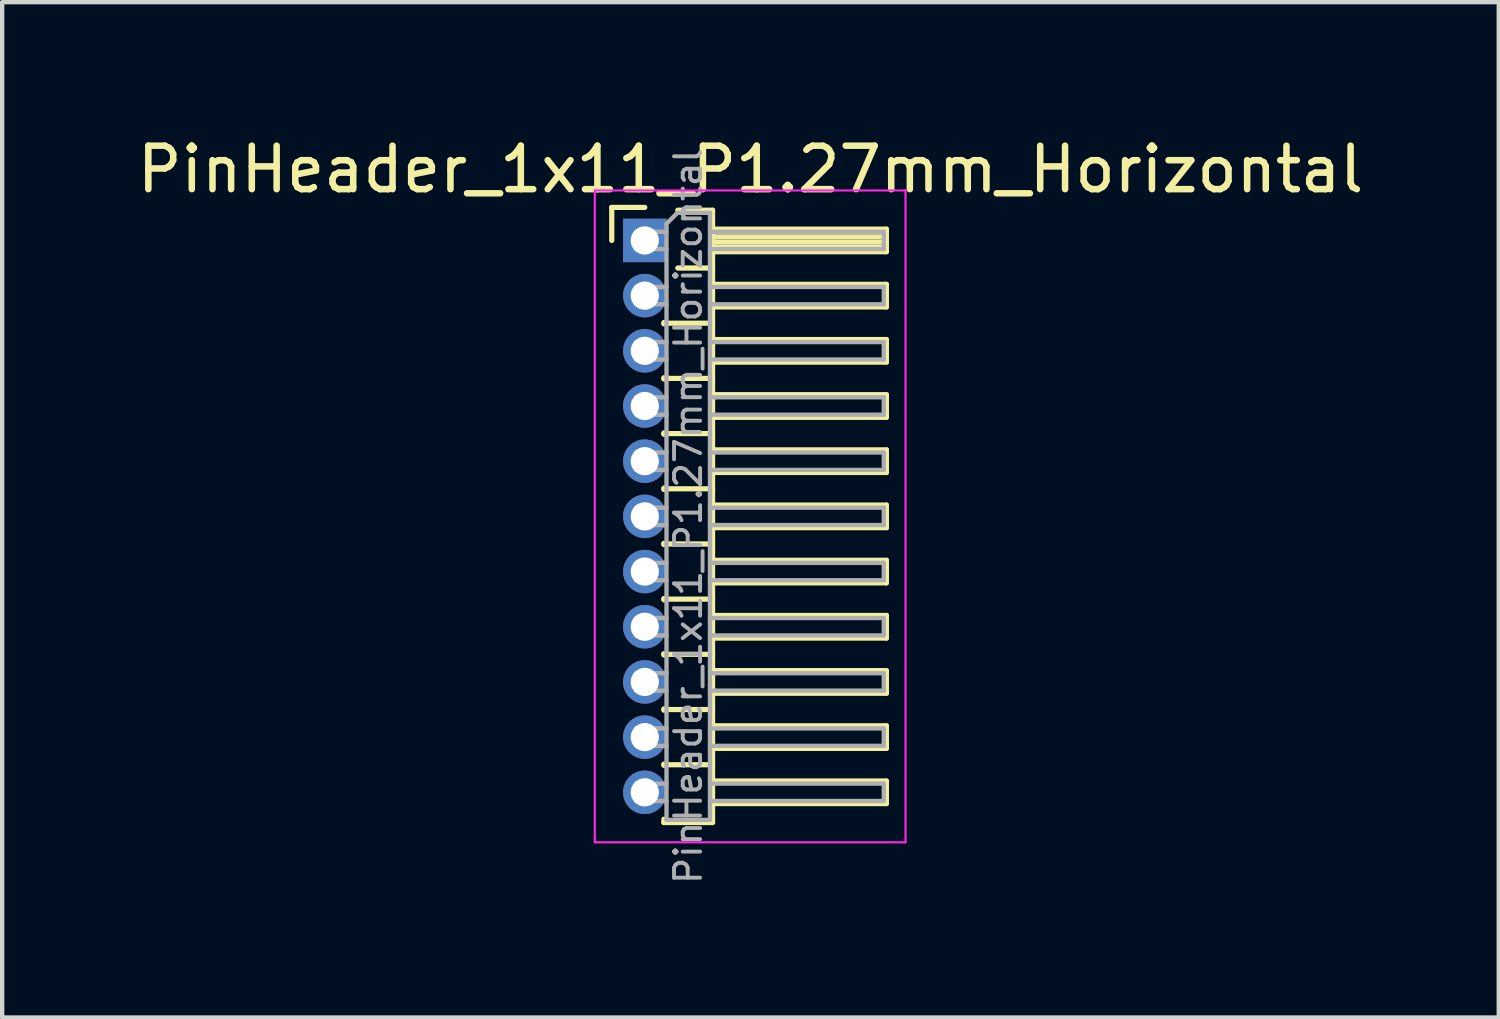
<source format=kicad_pcb>
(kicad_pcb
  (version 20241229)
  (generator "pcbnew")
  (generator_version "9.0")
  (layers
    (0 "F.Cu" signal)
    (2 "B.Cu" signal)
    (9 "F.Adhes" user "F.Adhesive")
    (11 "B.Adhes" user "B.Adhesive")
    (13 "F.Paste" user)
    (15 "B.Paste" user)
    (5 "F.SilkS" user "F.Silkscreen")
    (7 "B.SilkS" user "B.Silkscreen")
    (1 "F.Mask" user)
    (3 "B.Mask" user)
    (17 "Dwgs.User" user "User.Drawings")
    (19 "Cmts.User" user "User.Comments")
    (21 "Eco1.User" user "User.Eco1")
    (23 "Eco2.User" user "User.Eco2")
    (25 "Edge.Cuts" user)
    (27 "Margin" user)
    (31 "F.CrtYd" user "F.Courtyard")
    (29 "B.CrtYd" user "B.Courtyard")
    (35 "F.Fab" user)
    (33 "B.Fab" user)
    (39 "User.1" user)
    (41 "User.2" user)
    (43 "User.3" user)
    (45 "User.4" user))
  (footprint "PinHeader_1x11_P1.27mm_Horizontal"
    (layer "F.Cu")
    (at 11.788 2.483)
    (property "Reference" "PinHeader_1x11_P1.27mm_Horizontal" (at 2.433 -1.635 0) (layer "F.SilkS") (effects (font (size 1 1) (thickness 0.15))))
    (attr through_hole)
    (fp_line (start -0.76 -0.76) (end 0 -0.76) (stroke (width 0.12) (type solid)) (layer "F.SilkS"))
    (fp_line (start -0.76 0) (end -0.76 -0.76) (stroke (width 0.12) (type solid)) (layer "F.SilkS"))
    (fp_line (start 0.44 1.89) (end 0.44 1.92) (stroke (width 0.12) (type solid)) (layer "F.SilkS"))
    (fp_line (start 0.44 1.905) (end 1.56 1.905) (stroke (width 0.12) (type solid)) (layer "F.SilkS"))
    (fp_line (start 0.44 3.16) (end 0.44 3.19) (stroke (width 0.12) (type solid)) (layer "F.SilkS"))
    (fp_line (start 0.44 3.175) (end 1.56 3.175) (stroke (width 0.12) (type solid)) (layer "F.SilkS"))
    (fp_line (start 0.44 4.43) (end 0.44 4.46) (stroke (width 0.12) (type solid)) (layer "F.SilkS"))
    (fp_line (start 0.44 4.445) (end 1.56 4.445) (stroke (width 0.12) (type solid)) (layer "F.SilkS"))
    (fp_line (start 0.44 5.7) (end 0.44 5.73) (stroke (width 0.12) (type solid)) (layer "F.SilkS"))
    (fp_line (start 0.44 5.715) (end 1.56 5.715) (stroke (width 0.12) (type solid)) (layer "F.SilkS"))
    (fp_line (start 0.44 6.97) (end 0.44 7) (stroke (width 0.12) (type solid)) (layer "F.SilkS"))
    (fp_line (start 0.44 6.985) (end 1.56 6.985) (stroke (width 0.12) (type solid)) (layer "F.SilkS"))
    (fp_line (start 0.44 8.24) (end 0.44 8.27) (stroke (width 0.12) (type solid)) (layer "F.SilkS"))
    (fp_line (start 0.44 8.255) (end 1.56 8.255) (stroke (width 0.12) (type solid)) (layer "F.SilkS"))
    (fp_line (start 0.44 9.51) (end 0.44 9.54) (stroke (width 0.12) (type solid)) (layer "F.SilkS"))
    (fp_line (start 0.44 9.525) (end 1.56 9.525) (stroke (width 0.12) (type solid)) (layer "F.SilkS"))
    (fp_line (start 0.44 10.78) (end 0.44 10.81) (stroke (width 0.12) (type solid)) (layer "F.SilkS"))
    (fp_line (start 0.44 10.795) (end 1.56 10.795) (stroke (width 0.12) (type solid)) (layer "F.SilkS"))
    (fp_line (start 0.44 12.05) (end 0.44 12.08) (stroke (width 0.12) (type solid)) (layer "F.SilkS"))
    (fp_line (start 0.44 12.065) (end 1.56 12.065) (stroke (width 0.12) (type solid)) (layer "F.SilkS"))
    (fp_line (start 0.44 13.395) (end 0.44 13.32) (stroke (width 0.12) (type solid)) (layer "F.SilkS"))
    (fp_line (start 0.76 -0.695) (end 1.56 -0.695) (stroke (width 0.12) (type solid)) (layer "F.SilkS"))
    (fp_line (start 0.76 0.635) (end 1.56 0.635) (stroke (width 0.12) (type solid)) (layer "F.SilkS"))
    (fp_line (start 1.56 -0.695) (end 1.56 13.395) (stroke (width 0.12) (type solid)) (layer "F.SilkS"))
    (fp_line (start 1.56 -0.26) (end 5.56 -0.26) (stroke (width 0.12) (type solid)) (layer "F.SilkS"))
    (fp_line (start 1.56 -0.2) (end 5.56 -0.2) (stroke (width 0.12) (type solid)) (layer "F.SilkS"))
    (fp_line (start 1.56 -0.08) (end 5.56 -0.08) (stroke (width 0.12) (type solid)) (layer "F.SilkS"))
    (fp_line (start 1.56 0.04) (end 5.56 0.04) (stroke (width 0.12) (type solid)) (layer "F.SilkS"))
    (fp_line (start 1.56 0.16) (end 5.56 0.16) (stroke (width 0.12) (type solid)) (layer "F.SilkS"))
    (fp_line (start 1.56 1.01) (end 5.56 1.01) (stroke (width 0.12) (type solid)) (layer "F.SilkS"))
    (fp_line (start 1.56 2.28) (end 5.56 2.28) (stroke (width 0.12) (type solid)) (layer "F.SilkS"))
    (fp_line (start 1.56 3.55) (end 5.56 3.55) (stroke (width 0.12) (type solid)) (layer "F.SilkS"))
    (fp_line (start 1.56 4.82) (end 5.56 4.82) (stroke (width 0.12) (type solid)) (layer "F.SilkS"))
    (fp_line (start 1.56 6.09) (end 5.56 6.09) (stroke (width 0.12) (type solid)) (layer "F.SilkS"))
    (fp_line (start 1.56 7.36) (end 5.56 7.36) (stroke (width 0.12) (type solid)) (layer "F.SilkS"))
    (fp_line (start 1.56 8.63) (end 5.56 8.63) (stroke (width 0.12) (type solid)) (layer "F.SilkS"))
    (fp_line (start 1.56 9.9) (end 5.56 9.9) (stroke (width 0.12) (type solid)) (layer "F.SilkS"))
    (fp_line (start 1.56 11.17) (end 5.56 11.17) (stroke (width 0.12) (type solid)) (layer "F.SilkS"))
    (fp_line (start 1.56 12.44) (end 5.56 12.44) (stroke (width 0.12) (type solid)) (layer "F.SilkS"))
    (fp_line (start 1.56 13.395) (end 0.44 13.395) (stroke (width 0.12) (type solid)) (layer "F.SilkS"))
    (fp_line (start 5.56 -0.26) (end 5.56 0.26) (stroke (width 0.12) (type solid)) (layer "F.SilkS"))
    (fp_line (start 5.56 0.26) (end 1.56 0.26) (stroke (width 0.12) (type solid)) (layer "F.SilkS"))
    (fp_line (start 5.56 1.01) (end 5.56 1.53) (stroke (width 0.12) (type solid)) (layer "F.SilkS"))
    (fp_line (start 5.56 1.53) (end 1.56 1.53) (stroke (width 0.12) (type solid)) (layer "F.SilkS"))
    (fp_line (start 5.56 2.28) (end 5.56 2.8) (stroke (width 0.12) (type solid)) (layer "F.SilkS"))
    (fp_line (start 5.56 2.8) (end 1.56 2.8) (stroke (width 0.12) (type solid)) (layer "F.SilkS"))
    (fp_line (start 5.56 3.55) (end 5.56 4.07) (stroke (width 0.12) (type solid)) (layer "F.SilkS"))
    (fp_line (start 5.56 4.07) (end 1.56 4.07) (stroke (width 0.12) (type solid)) (layer "F.SilkS"))
    (fp_line (start 5.56 4.82) (end 5.56 5.34) (stroke (width 0.12) (type solid)) (layer "F.SilkS"))
    (fp_line (start 5.56 5.34) (end 1.56 5.34) (stroke (width 0.12) (type solid)) (layer "F.SilkS"))
    (fp_line (start 5.56 6.09) (end 5.56 6.61) (stroke (width 0.12) (type solid)) (layer "F.SilkS"))
    (fp_line (start 5.56 6.61) (end 1.56 6.61) (stroke (width 0.12) (type solid)) (layer "F.SilkS"))
    (fp_line (start 5.56 7.36) (end 5.56 7.88) (stroke (width 0.12) (type solid)) (layer "F.SilkS"))
    (fp_line (start 5.56 7.88) (end 1.56 7.88) (stroke (width 0.12) (type solid)) (layer "F.SilkS"))
    (fp_line (start 5.56 8.63) (end 5.56 9.15) (stroke (width 0.12) (type solid)) (layer "F.SilkS"))
    (fp_line (start 5.56 9.15) (end 1.56 9.15) (stroke (width 0.12) (type solid)) (layer "F.SilkS"))
    (fp_line (start 5.56 9.9) (end 5.56 10.42) (stroke (width 0.12) (type solid)) (layer "F.SilkS"))
    (fp_line (start 5.56 10.42) (end 1.56 10.42) (stroke (width 0.12) (type solid)) (layer "F.SilkS"))
    (fp_line (start 5.56 11.17) (end 5.56 11.69) (stroke (width 0.12) (type solid)) (layer "F.SilkS"))
    (fp_line (start 5.56 11.69) (end 1.56 11.69) (stroke (width 0.12) (type solid)) (layer "F.SilkS"))
    (fp_line (start 5.56 12.44) (end 5.56 12.96) (stroke (width 0.12) (type solid)) (layer "F.SilkS"))
    (fp_line (start 5.56 12.96) (end 1.56 12.96) (stroke (width 0.12) (type solid)) (layer "F.SilkS"))
    (fp_line (start -1.15 -1.15) (end -1.15 13.85) (stroke (width 0.05) (type solid)) (layer "F.CrtYd"))
    (fp_line (start -1.15 13.85) (end 6 13.85) (stroke (width 0.05) (type solid)) (layer "F.CrtYd"))
    (fp_line (start 6 -1.15) (end -1.15 -1.15) (stroke (width 0.05) (type solid)) (layer "F.CrtYd"))
    (fp_line (start 6 13.85) (end 6 -1.15) (stroke (width 0.05) (type solid)) (layer "F.CrtYd"))
    (fp_line (start -0.2 -0.2) (end -0.2 0.2) (stroke (width 0.1) (type solid)) (layer "F.Fab"))
    (fp_line (start -0.2 -0.2) (end 0.5 -0.2) (stroke (width 0.1) (type solid)) (layer "F.Fab"))
    (fp_line (start -0.2 0.2) (end 0.5 0.2) (stroke (width 0.1) (type solid)) (layer "F.Fab"))
    (fp_line (start -0.2 1.07) (end -0.2 1.47) (stroke (width 0.1) (type solid)) (layer "F.Fab"))
    (fp_line (start -0.2 1.07) (end 0.5 1.07) (stroke (width 0.1) (type solid)) (layer "F.Fab"))
    (fp_line (start -0.2 1.47) (end 0.5 1.47) (stroke (width 0.1) (type solid)) (layer "F.Fab"))
    (fp_line (start -0.2 2.34) (end -0.2 2.74) (stroke (width 0.1) (type solid)) (layer "F.Fab"))
    (fp_line (start -0.2 2.34) (end 0.5 2.34) (stroke (width 0.1) (type solid)) (layer "F.Fab"))
    (fp_line (start -0.2 2.74) (end 0.5 2.74) (stroke (width 0.1) (type solid)) (layer "F.Fab"))
    (fp_line (start -0.2 3.61) (end -0.2 4.01) (stroke (width 0.1) (type solid)) (layer "F.Fab"))
    (fp_line (start -0.2 3.61) (end 0.5 3.61) (stroke (width 0.1) (type solid)) (layer "F.Fab"))
    (fp_line (start -0.2 4.01) (end 0.5 4.01) (stroke (width 0.1) (type solid)) (layer "F.Fab"))
    (fp_line (start -0.2 4.88) (end -0.2 5.28) (stroke (width 0.1) (type solid)) (layer "F.Fab"))
    (fp_line (start -0.2 4.88) (end 0.5 4.88) (stroke (width 0.1) (type solid)) (layer "F.Fab"))
    (fp_line (start -0.2 5.28) (end 0.5 5.28) (stroke (width 0.1) (type solid)) (layer "F.Fab"))
    (fp_line (start -0.2 6.15) (end -0.2 6.55) (stroke (width 0.1) (type solid)) (layer "F.Fab"))
    (fp_line (start -0.2 6.15) (end 0.5 6.15) (stroke (width 0.1) (type solid)) (layer "F.Fab"))
    (fp_line (start -0.2 6.55) (end 0.5 6.55) (stroke (width 0.1) (type solid)) (layer "F.Fab"))
    (fp_line (start -0.2 7.42) (end -0.2 7.82) (stroke (width 0.1) (type solid)) (layer "F.Fab"))
    (fp_line (start -0.2 7.42) (end 0.5 7.42) (stroke (width 0.1) (type solid)) (layer "F.Fab"))
    (fp_line (start -0.2 7.82) (end 0.5 7.82) (stroke (width 0.1) (type solid)) (layer "F.Fab"))
    (fp_line (start -0.2 8.69) (end -0.2 9.09) (stroke (width 0.1) (type solid)) (layer "F.Fab"))
    (fp_line (start -0.2 8.69) (end 0.5 8.69) (stroke (width 0.1) (type solid)) (layer "F.Fab"))
    (fp_line (start -0.2 9.09) (end 0.5 9.09) (stroke (width 0.1) (type solid)) (layer "F.Fab"))
    (fp_line (start -0.2 9.96) (end -0.2 10.36) (stroke (width 0.1) (type solid)) (layer "F.Fab"))
    (fp_line (start -0.2 9.96) (end 0.5 9.96) (stroke (width 0.1) (type solid)) (layer "F.Fab"))
    (fp_line (start -0.2 10.36) (end 0.5 10.36) (stroke (width 0.1) (type solid)) (layer "F.Fab"))
    (fp_line (start -0.2 11.23) (end -0.2 11.63) (stroke (width 0.1) (type solid)) (layer "F.Fab"))
    (fp_line (start -0.2 11.23) (end 0.5 11.23) (stroke (width 0.1) (type solid)) (layer "F.Fab"))
    (fp_line (start -0.2 11.63) (end 0.5 11.63) (stroke (width 0.1) (type solid)) (layer "F.Fab"))
    (fp_line (start -0.2 12.5) (end -0.2 12.9) (stroke (width 0.1) (type solid)) (layer "F.Fab"))
    (fp_line (start -0.2 12.5) (end 0.5 12.5) (stroke (width 0.1) (type solid)) (layer "F.Fab"))
    (fp_line (start -0.2 12.9) (end 0.5 12.9) (stroke (width 0.1) (type solid)) (layer "F.Fab"))
    (fp_line (start 0.5 -0.385) (end 0.75 -0.635) (stroke (width 0.1) (type solid)) (layer "F.Fab"))
    (fp_line (start 0.5 13.335) (end 0.5 -0.385) (stroke (width 0.1) (type solid)) (layer "F.Fab"))
    (fp_line (start 0.75 -0.635) (end 1.5 -0.635) (stroke (width 0.1) (type solid)) (layer "F.Fab"))
    (fp_line (start 1.5 -0.635) (end 1.5 13.335) (stroke (width 0.1) (type solid)) (layer "F.Fab"))
    (fp_line (start 1.5 -0.2) (end 5.5 -0.2) (stroke (width 0.1) (type solid)) (layer "F.Fab"))
    (fp_line (start 1.5 0.2) (end 5.5 0.2) (stroke (width 0.1) (type solid)) (layer "F.Fab"))
    (fp_line (start 1.5 1.07) (end 5.5 1.07) (stroke (width 0.1) (type solid)) (layer "F.Fab"))
    (fp_line (start 1.5 1.47) (end 5.5 1.47) (stroke (width 0.1) (type solid)) (layer "F.Fab"))
    (fp_line (start 1.5 2.34) (end 5.5 2.34) (stroke (width 0.1) (type solid)) (layer "F.Fab"))
    (fp_line (start 1.5 2.74) (end 5.5 2.74) (stroke (width 0.1) (type solid)) (layer "F.Fab"))
    (fp_line (start 1.5 3.61) (end 5.5 3.61) (stroke (width 0.1) (type solid)) (layer "F.Fab"))
    (fp_line (start 1.5 4.01) (end 5.5 4.01) (stroke (width 0.1) (type solid)) (layer "F.Fab"))
    (fp_line (start 1.5 4.88) (end 5.5 4.88) (stroke (width 0.1) (type solid)) (layer "F.Fab"))
    (fp_line (start 1.5 5.28) (end 5.5 5.28) (stroke (width 0.1) (type solid)) (layer "F.Fab"))
    (fp_line (start 1.5 6.15) (end 5.5 6.15) (stroke (width 0.1) (type solid)) (layer "F.Fab"))
    (fp_line (start 1.5 6.55) (end 5.5 6.55) (stroke (width 0.1) (type solid)) (layer "F.Fab"))
    (fp_line (start 1.5 7.42) (end 5.5 7.42) (stroke (width 0.1) (type solid)) (layer "F.Fab"))
    (fp_line (start 1.5 7.82) (end 5.5 7.82) (stroke (width 0.1) (type solid)) (layer "F.Fab"))
    (fp_line (start 1.5 8.69) (end 5.5 8.69) (stroke (width 0.1) (type solid)) (layer "F.Fab"))
    (fp_line (start 1.5 9.09) (end 5.5 9.09) (stroke (width 0.1) (type solid)) (layer "F.Fab"))
    (fp_line (start 1.5 9.96) (end 5.5 9.96) (stroke (width 0.1) (type solid)) (layer "F.Fab"))
    (fp_line (start 1.5 10.36) (end 5.5 10.36) (stroke (width 0.1) (type solid)) (layer "F.Fab"))
    (fp_line (start 1.5 11.23) (end 5.5 11.23) (stroke (width 0.1) (type solid)) (layer "F.Fab"))
    (fp_line (start 1.5 11.63) (end 5.5 11.63) (stroke (width 0.1) (type solid)) (layer "F.Fab"))
    (fp_line (start 1.5 12.5) (end 5.5 12.5) (stroke (width 0.1) (type solid)) (layer "F.Fab"))
    (fp_line (start 1.5 12.9) (end 5.5 12.9) (stroke (width 0.1) (type solid)) (layer "F.Fab"))
    (fp_line (start 1.5 13.335) (end 0.5 13.335) (stroke (width 0.1) (type solid)) (layer "F.Fab"))
    (fp_line (start 5.5 -0.2) (end 5.5 0.2) (stroke (width 0.1) (type solid)) (layer "F.Fab"))
    (fp_line (start 5.5 1.07) (end 5.5 1.47) (stroke (width 0.1) (type solid)) (layer "F.Fab"))
    (fp_line (start 5.5 2.34) (end 5.5 2.74) (stroke (width 0.1) (type solid)) (layer "F.Fab"))
    (fp_line (start 5.5 3.61) (end 5.5 4.01) (stroke (width 0.1) (type solid)) (layer "F.Fab"))
    (fp_line (start 5.5 4.88) (end 5.5 5.28) (stroke (width 0.1) (type solid)) (layer "F.Fab"))
    (fp_line (start 5.5 6.15) (end 5.5 6.55) (stroke (width 0.1) (type solid)) (layer "F.Fab"))
    (fp_line (start 5.5 7.42) (end 5.5 7.82) (stroke (width 0.1) (type solid)) (layer "F.Fab"))
    (fp_line (start 5.5 8.69) (end 5.5 9.09) (stroke (width 0.1) (type solid)) (layer "F.Fab"))
    (fp_line (start 5.5 9.96) (end 5.5 10.36) (stroke (width 0.1) (type solid)) (layer "F.Fab"))
    (fp_line (start 5.5 11.23) (end 5.5 11.63) (stroke (width 0.1) (type solid)) (layer "F.Fab"))
    (fp_line (start 5.5 12.5) (end 5.5 12.9) (stroke (width 0.1) (type solid)) (layer "F.Fab"))
    (fp_text user "${REFERENCE}" (at 1 6.35 90) (layer "F.Fab") (effects (font (size 0.6 0.6) (thickness 0.09))))
    (pad "1" thru_hole rect (at 0 0) (size 1 1) (drill 0.65) (layers "*.Cu" "*.Mask"))
    (pad "2" thru_hole oval (at 0 1.27) (size 1 1) (drill 0.65) (layers "*.Cu" "*.Mask"))
    (pad "3" thru_hole oval (at 0 2.54) (size 1 1) (drill 0.65) (layers "*.Cu" "*.Mask"))
    (pad "4" thru_hole oval (at 0 3.81) (size 1 1) (drill 0.65) (layers "*.Cu" "*.Mask"))
    (pad "5" thru_hole oval (at 0 5.08) (size 1 1) (drill 0.65) (layers "*.Cu" "*.Mask"))
    (pad "6" thru_hole oval (at 0 6.35) (size 1 1) (drill 0.65) (layers "*.Cu" "*.Mask"))
    (pad "7" thru_hole oval (at 0 7.62) (size 1 1) (drill 0.65) (layers "*.Cu" "*.Mask"))
    (pad "8" thru_hole oval (at 0 8.89) (size 1 1) (drill 0.65) (layers "*.Cu" "*.Mask"))
    (pad "9" thru_hole oval (at 0 10.16) (size 1 1) (drill 0.65) (layers "*.Cu" "*.Mask"))
    (pad "10" thru_hole oval (at 0 11.43) (size 1 1) (drill 0.65) (layers "*.Cu" "*.Mask"))
    (pad "11" thru_hole oval (at 0 12.7) (size 1 1) (drill 0.65) (layers "*.Cu" "*.Mask")))
  (gr_rect
    (start -3 -3)
    (end 31.44 20.365)
    (stroke (width 0.1) (type default))
    (fill no)
    (layer "Edge.Cuts")))
</source>
